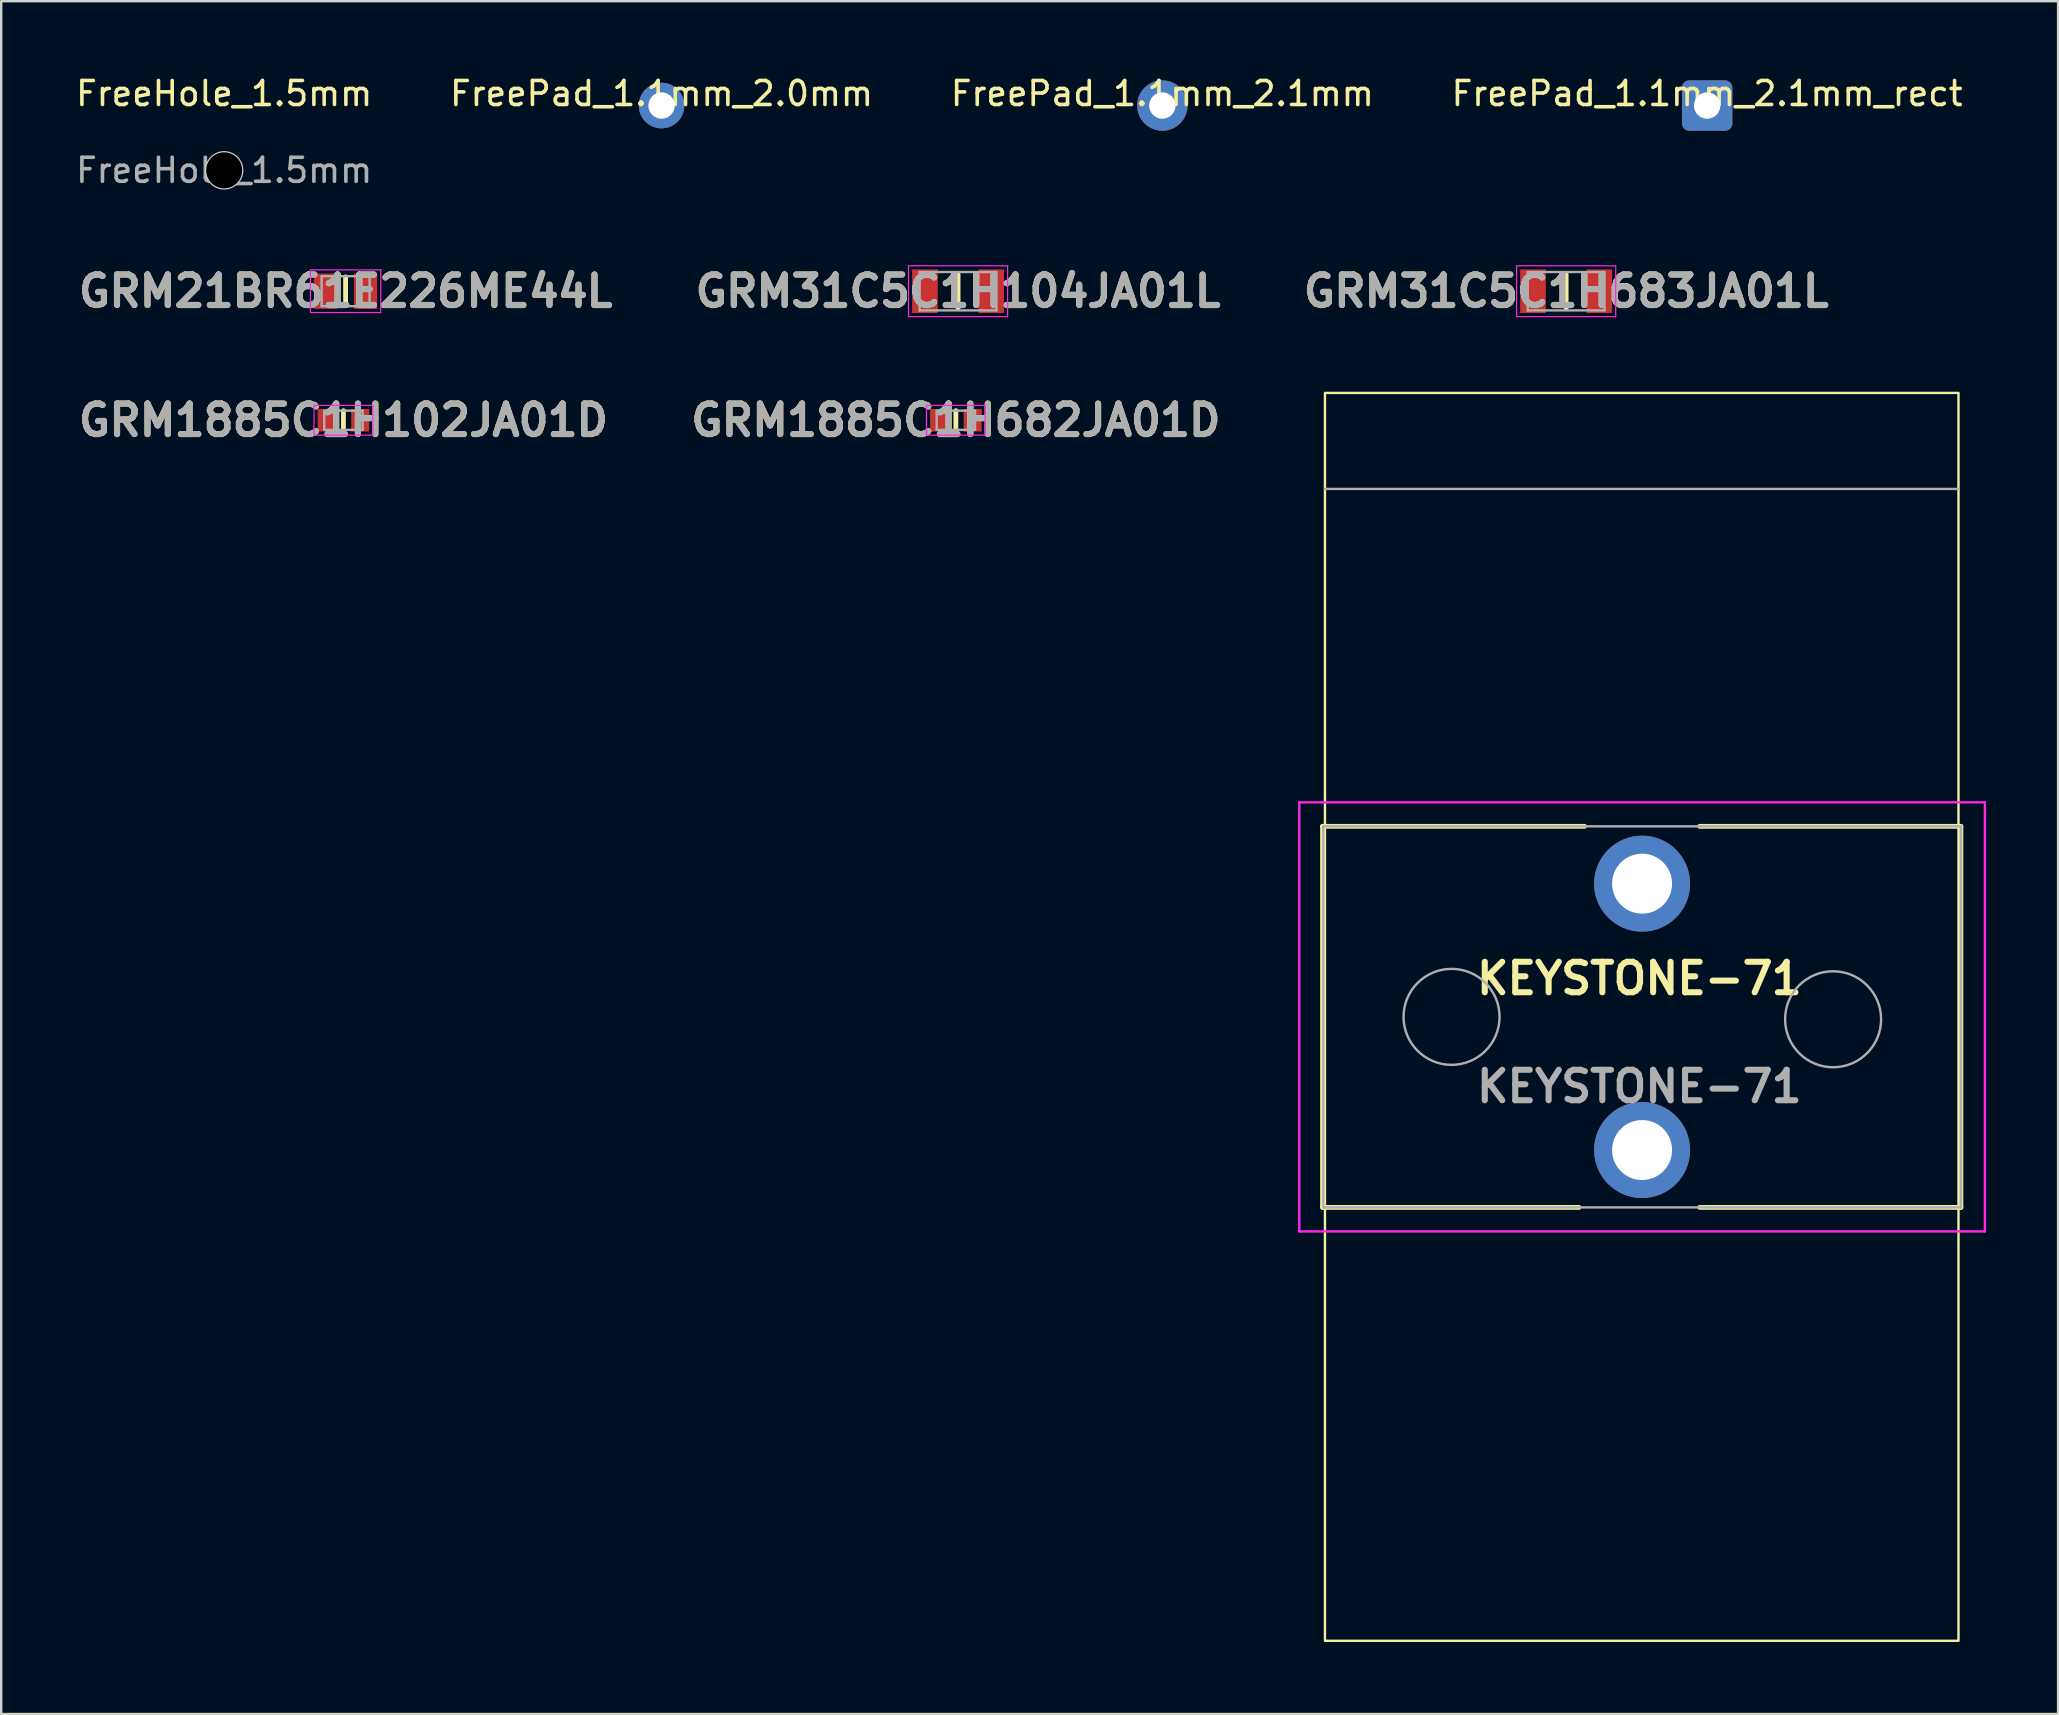
<source format=kicad_pcb>
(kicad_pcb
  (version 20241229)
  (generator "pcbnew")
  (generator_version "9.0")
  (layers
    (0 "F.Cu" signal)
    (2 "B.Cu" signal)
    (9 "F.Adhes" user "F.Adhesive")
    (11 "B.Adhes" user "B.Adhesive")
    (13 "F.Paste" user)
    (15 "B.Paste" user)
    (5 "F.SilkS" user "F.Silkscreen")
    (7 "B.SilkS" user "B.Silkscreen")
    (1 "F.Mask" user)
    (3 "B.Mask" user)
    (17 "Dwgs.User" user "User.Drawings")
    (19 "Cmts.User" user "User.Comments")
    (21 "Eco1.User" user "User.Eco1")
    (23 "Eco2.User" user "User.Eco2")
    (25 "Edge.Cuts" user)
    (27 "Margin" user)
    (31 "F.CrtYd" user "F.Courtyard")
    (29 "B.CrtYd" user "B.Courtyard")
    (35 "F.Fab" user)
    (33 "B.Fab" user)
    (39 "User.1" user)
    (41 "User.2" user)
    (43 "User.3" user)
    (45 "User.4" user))
  (footprint "GRM1885C1H682JA01D"
    (layer "F.Cu")
    (at 36.782 14.463)
    (property "Reference" "GRM1885C1H682JA01D" (at 0 0 0) (layer "F.SilkS") (effects (font (size 1.27 1.27) (thickness 0.254))))
    (attr smd)
    (fp_line (start 0 0.4) (end 0 -0.4) (stroke (width 0.2) (type default)) (layer "F.SilkS"))
    (fp_line (start -1.225 -0.62) (end 1.225 -0.62) (stroke (width 0.05) (type solid)) (layer "F.CrtYd"))
    (fp_line (start -1.225 0.62) (end -1.225 -0.62) (stroke (width 0.05) (type solid)) (layer "F.CrtYd"))
    (fp_line (start 1.225 -0.62) (end 1.225 0.62) (stroke (width 0.05) (type solid)) (layer "F.CrtYd"))
    (fp_line (start 1.225 0.62) (end -1.225 0.62) (stroke (width 0.05) (type solid)) (layer "F.CrtYd"))
    (fp_line (start -0.8 -0.4) (end 0.8 -0.4) (stroke (width 0.1) (type solid)) (layer "F.Fab"))
    (fp_line (start -0.8 0.4) (end -0.8 -0.4) (stroke (width 0.1) (type solid)) (layer "F.Fab"))
    (fp_line (start 0.8 -0.4) (end 0.8 0.4) (stroke (width 0.1) (type solid)) (layer "F.Fab"))
    (fp_line (start 0.8 0.4) (end -0.8 0.4) (stroke (width 0.1) (type solid)) (layer "F.Fab"))
    (fp_text user "${REFERENCE}" (at 0 0 0) (layer "F.Fab") (effects (font (size 1.27 1.27) (thickness 0.254))))
    (pad "1" smd rect (at -0.7 0) (size 0.75 0.94) (layers "F.Cu" "F.Mask" "F.Paste"))
    (pad "2" smd rect (at 0.7 0) (size 0.75 0.94) (layers "F.Cu" "F.Mask" "F.Paste")))
  (footprint "GRM31C5C1H104JA01L"
    (layer "F.Cu")
    (at 36.873 9.085)
    (property "Reference" "GRM31C5C1H104JA01L" (at 0 0 0) (layer "F.SilkS") (effects (font (size 1.27 1.27) (thickness 0.254))))
    (attr smd)
    (fp_line (start 0 -0.7) (end 0 0.7) (stroke (width 0.2) (type solid)) (layer "F.SilkS"))
    (fp_line (start -2.065 -1.06) (end 2.065 -1.06) (stroke (width 0.05) (type solid)) (layer "F.CrtYd"))
    (fp_line (start -2.065 1.06) (end -2.065 -1.06) (stroke (width 0.05) (type solid)) (layer "F.CrtYd"))
    (fp_line (start 2.065 -1.06) (end 2.065 1.06) (stroke (width 0.05) (type solid)) (layer "F.CrtYd"))
    (fp_line (start 2.065 1.06) (end -2.065 1.06) (stroke (width 0.05) (type solid)) (layer "F.CrtYd"))
    (fp_line (start -1.6 -0.8) (end 1.6 -0.8) (stroke (width 0.1) (type solid)) (layer "F.Fab"))
    (fp_line (start -1.6 0.8) (end -1.6 -0.8) (stroke (width 0.1) (type solid)) (layer "F.Fab"))
    (fp_line (start 1.6 -0.8) (end 1.6 0.8) (stroke (width 0.1) (type solid)) (layer "F.Fab"))
    (fp_line (start 1.6 0.8) (end -1.6 0.8) (stroke (width 0.1) (type solid)) (layer "F.Fab"))
    (fp_text user "${REFERENCE}" (at 0 0 0) (layer "F.Fab") (effects (font (size 1.27 1.27) (thickness 0.254))))
    (pad "1" smd rect (at -1.38 0) (size 1.07 1.82) (layers "F.Cu" "F.Mask" "F.Paste"))
    (pad "2" smd rect (at 1.38 0) (size 1.07 1.82) (layers "F.Cu" "F.Mask" "F.Paste")))
  (footprint "FreePad_1.1mm_2.1mm"
    (layer "F.Cu")
    (at 45.387 1.348)
    (property "Reference" "FreePad_1.1mm_2.1mm" (at 0 -0.5 0) (unlocked yes) (layer "F.SilkS") (effects (font (size 1 1) (thickness 0.15))))
    (attr through_hole exclude_from_pos_files exclude_from_bom)
    (pad "1" thru_hole circle (at 0 0) (size 2.1 2.1) (drill 1.1) (layers "*.Cu" "*.Mask")))
  (footprint "KEYSTONE-71"
    (layer "F.Cu")
    (at 65.363 39.324)
    (property "Reference" "KEYSTONE-71" (at -0.1 -1.6 0) (layer "F.SilkS") (effects (font (size 1.27 1.27) (thickness 0.254))))
    (attr through_hole)
    (fp_line (start -13.3 -7.94) (end -13.3 7.94) (stroke (width 0.2) (type solid)) (layer "F.SilkS"))
    (fp_line (start -13.3 7.94) (end -2.615 7.94) (stroke (width 0.2) (type solid)) (layer "F.SilkS"))
    (fp_line (start -2.385 -7.94) (end -13.3 -7.94) (stroke (width 0.2) (type solid)) (layer "F.SilkS"))
    (fp_line (start 2.415 7.94) (end 13.3 7.94) (stroke (width 0.2) (type solid)) (layer "F.SilkS"))
    (fp_line (start 13.3 -7.94) (end 2.415 -7.94) (stroke (width 0.2) (type solid)) (layer "F.SilkS"))
    (fp_line (start 13.3 7.94) (end 13.3 -7.94) (stroke (width 0.2) (type solid)) (layer "F.SilkS"))
    (fp_rect (start -13.2 -26) (end 13.2 26) (stroke (width 0.1) (type default)) (fill no) (layer "F.SilkS"))
    (fp_line (start -14.27 -8.94) (end 14.3 -8.94) (stroke (width 0.1) (type solid)) (layer "F.CrtYd"))
    (fp_line (start -14.27 8.94) (end -14.27 -8.94) (stroke (width 0.1) (type solid)) (layer "F.CrtYd"))
    (fp_line (start 14.3 -8.94) (end 14.3 8.94) (stroke (width 0.1) (type solid)) (layer "F.CrtYd"))
    (fp_line (start 14.3 8.94) (end -14.27 8.94) (stroke (width 0.1) (type solid)) (layer "F.CrtYd"))
    (fp_line (start -13.27 -7.94) (end -13.27 7.94) (stroke (width 0.1) (type solid)) (layer "F.Fab"))
    (fp_line (start -13.27 7.94) (end 13.3 7.94) (stroke (width 0.1) (type solid)) (layer "F.Fab"))
    (fp_line (start -13.2 -22) (end 13.2 -22) (stroke (width 0.1) (type default)) (layer "F.Fab"))
    (fp_line (start 13.3 -7.94) (end -13.27 -7.94) (stroke (width 0.1) (type solid)) (layer "F.Fab"))
    (fp_line (start 13.3 7.94) (end 13.3 -7.94) (stroke (width 0.1) (type solid)) (layer "F.Fab"))
    (fp_circle (center -7.925 0) (end -5.925 0) (stroke (width 0.1) (type default)) (fill no) (layer "F.Fab"))
    (fp_circle (center 7.975 0.1) (end 9.975 0.1) (stroke (width 0.1) (type default)) (fill no) (layer "F.Fab"))
    (fp_text user "${REFERENCE}" (at -0.1 2.9 0) (layer "F.Fab") (effects (font (size 1.27 1.27) (thickness 0.254))))
    (pad "1" thru_hole circle (at 0.015 5.55) (size 4 4) (drill 2.5) (layers "*.Cu" "*.Mask"))
    (pad "2" thru_hole circle (at 0.015 -5.55) (size 4 4) (drill 2.5) (layers "*.Cu" "*.Mask")))
  (footprint "GRM21BR61E226ME44L"
    (layer "F.Cu")
    (at 11.351 9.085)
    (property "Reference" "GRM21BR61E226ME44L" (at 0 0 0) (layer "F.SilkS") (effects (font (size 1.27 1.27) (thickness 0.254))))
    (attr smd)
    (fp_line (start 0 0.6) (end 0 -0.6) (stroke (width 0.2) (type default)) (layer "F.SilkS"))
    (fp_line (start -1.465 -0.89) (end 1.465 -0.89) (stroke (width 0.05) (type solid)) (layer "F.CrtYd"))
    (fp_line (start -1.465 0.89) (end -1.465 -0.89) (stroke (width 0.05) (type solid)) (layer "F.CrtYd"))
    (fp_line (start 1.465 -0.89) (end 1.465 0.89) (stroke (width 0.05) (type solid)) (layer "F.CrtYd"))
    (fp_line (start 1.465 0.89) (end -1.465 0.89) (stroke (width 0.05) (type solid)) (layer "F.CrtYd"))
    (fp_line (start -1 -0.625) (end 1 -0.625) (stroke (width 0.1) (type solid)) (layer "F.Fab"))
    (fp_line (start -1 0.625) (end -1 -0.625) (stroke (width 0.1) (type solid)) (layer "F.Fab"))
    (fp_line (start 1 -0.625) (end 1 0.625) (stroke (width 0.1) (type solid)) (layer "F.Fab"))
    (fp_line (start 1 0.625) (end -1 0.625) (stroke (width 0.1) (type solid)) (layer "F.Fab"))
    (fp_text user "${REFERENCE}" (at 0 0 0) (layer "F.Fab") (effects (font (size 1.27 1.27) (thickness 0.254))))
    (pad "1" smd rect (at -0.83 0) (size 0.97 1.47) (layers "F.Cu" "F.Mask" "F.Paste"))
    (pad "2" smd rect (at 0.83 0) (size 0.97 1.47) (layers "F.Cu" "F.Mask" "F.Paste")))
  (footprint "FreeHole_1.5mm"
    (layer "F.Cu")
    (at 6.292 4.048)
    (property "Reference" "FreeHole_1.5mm" (at 0 -3.2 0) (layer "F.SilkS") (effects (font (size 1 1) (thickness 0.15))))
    (attr board_only exclude_from_pos_files exclude_from_bom allow_missing_courtyard)
    (fp_circle (center 0 0) (end 0.75 0) (stroke (width 0.1) (type default)) (fill no) (layer "Edge.Cuts"))
    (fp_circle (center 0 0) (end 0.75 0) (stroke (width 0.05) (type solid)) (fill no) (layer "F.CrtYd"))
    (fp_text user "${REFERENCE}" (at 0 0 0) (layer "F.Fab") (effects (font (size 1 1) (thickness 0.15))))
    (pad "" np_thru_hole circle (at 0 0) (size 1.5 1.5) (drill 1.5) (layers "*.Mask")))
  (footprint "GRM31C5C1H683JA01L"
    (layer "F.Cu")
    (at 62.213 9.085)
    (property "Reference" "GRM31C5C1H683JA01L" (at 0 0 0) (layer "F.SilkS") (effects (font (size 1.27 1.27) (thickness 0.254))))
    (attr smd)
    (fp_line (start 0 -0.7) (end 0 0.7) (stroke (width 0.2) (type solid)) (layer "F.SilkS"))
    (fp_line (start -2.065 -1.06) (end 2.065 -1.06) (stroke (width 0.05) (type solid)) (layer "F.CrtYd"))
    (fp_line (start -2.065 1.06) (end -2.065 -1.06) (stroke (width 0.05) (type solid)) (layer "F.CrtYd"))
    (fp_line (start 2.065 -1.06) (end 2.065 1.06) (stroke (width 0.05) (type solid)) (layer "F.CrtYd"))
    (fp_line (start 2.065 1.06) (end -2.065 1.06) (stroke (width 0.05) (type solid)) (layer "F.CrtYd"))
    (fp_line (start -1.6 -0.8) (end 1.6 -0.8) (stroke (width 0.1) (type solid)) (layer "F.Fab"))
    (fp_line (start -1.6 0.8) (end -1.6 -0.8) (stroke (width 0.1) (type solid)) (layer "F.Fab"))
    (fp_line (start 1.6 -0.8) (end 1.6 0.8) (stroke (width 0.1) (type solid)) (layer "F.Fab"))
    (fp_line (start 1.6 0.8) (end -1.6 0.8) (stroke (width 0.1) (type solid)) (layer "F.Fab"))
    (fp_text user "${REFERENCE}" (at 0 0 0) (layer "F.Fab") (effects (font (size 1.27 1.27) (thickness 0.254))))
    (pad "1" smd rect (at -1.38 0) (size 1.07 1.82) (layers "F.Cu" "F.Mask" "F.Paste"))
    (pad "2" smd rect (at 1.38 0) (size 1.07 1.82) (layers "F.Cu" "F.Mask" "F.Paste")))
  (footprint "FreePad_1.1mm_2.1mm_rect"
    (layer "F.Cu")
    (at 68.089 1.348)
    (property "Reference" "FreePad_1.1mm_2.1mm_rect" (at 0 -0.5 0) (unlocked yes) (layer "F.SilkS") (effects (font (size 1 1) (thickness 0.15))))
    (attr through_hole)
    (pad "1" thru_hole roundrect (at 0 0) (size 2.1 2.1) (drill 1.1) (layers "*.Cu" "*.Mask") (roundrect_rratio 0.143)))
  (footprint "GRM1885C1H102JA01D"
    (layer "F.Cu")
    (at 11.261 14.463)
    (property "Reference" "GRM1885C1H102JA01D" (at 0 0 0) (layer "F.SilkS") (effects (font (size 1.27 1.27) (thickness 0.254))))
    (attr smd)
    (fp_line (start 0 -0.4) (end 0 0.4) (stroke (width 0.2) (type default)) (layer "F.SilkS"))
    (fp_line (start -1.225 -0.62) (end 1.225 -0.62) (stroke (width 0.05) (type solid)) (layer "F.CrtYd"))
    (fp_line (start -1.225 0.62) (end -1.225 -0.62) (stroke (width 0.05) (type solid)) (layer "F.CrtYd"))
    (fp_line (start 1.225 -0.62) (end 1.225 0.62) (stroke (width 0.05) (type solid)) (layer "F.CrtYd"))
    (fp_line (start 1.225 0.62) (end -1.225 0.62) (stroke (width 0.05) (type solid)) (layer "F.CrtYd"))
    (fp_line (start -0.8 -0.4) (end 0.8 -0.4) (stroke (width 0.1) (type solid)) (layer "F.Fab"))
    (fp_line (start -0.8 0.4) (end -0.8 -0.4) (stroke (width 0.1) (type solid)) (layer "F.Fab"))
    (fp_line (start 0.8 -0.4) (end 0.8 0.4) (stroke (width 0.1) (type solid)) (layer "F.Fab"))
    (fp_line (start 0.8 0.4) (end -0.8 0.4) (stroke (width 0.1) (type solid)) (layer "F.Fab"))
    (fp_text user "${REFERENCE}" (at 0 0 0) (layer "F.Fab") (effects (font (size 1.27 1.27) (thickness 0.254))))
    (pad "1" smd rect (at -0.7 0) (size 0.75 0.94) (layers "F.Cu" "F.Mask" "F.Paste"))
    (pad "2" smd rect (at 0.7 0) (size 0.75 0.94) (layers "F.Cu" "F.Mask" "F.Paste")))
  (footprint "FreePad_1.1mm_2.0mm"
    (layer "F.Cu")
    (at 24.518 1.348)
    (property "Reference" "FreePad_1.1mm_2.0mm" (at 0 -0.5 0) (unlocked yes) (layer "F.SilkS") (effects (font (size 1 1) (thickness 0.15))))
    (attr through_hole)
    (pad "1" thru_hole circle (at 0 0) (size 1.9 1.9) (drill 1.1) (layers "*.Cu" "*.Mask")))
  (gr_rect
    (start -3 -3)
    (end 82.713 68.374)
    (stroke (width 0.1) (type default))
    (fill no)
    (layer "Edge.Cuts")))
</source>
